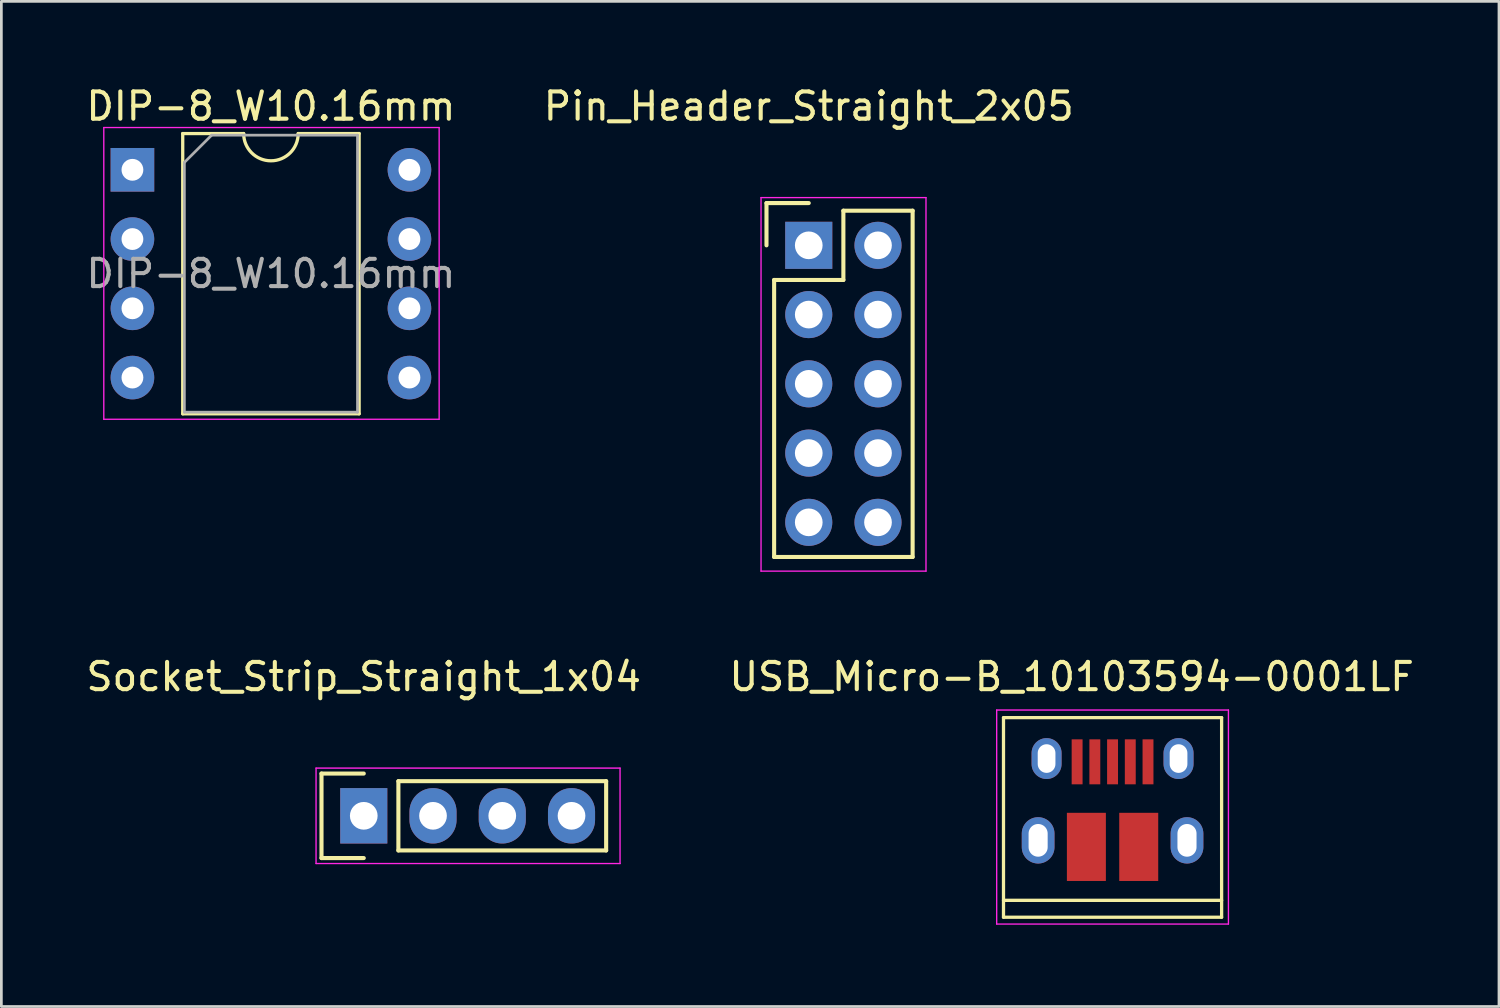
<source format=kicad_pcb>
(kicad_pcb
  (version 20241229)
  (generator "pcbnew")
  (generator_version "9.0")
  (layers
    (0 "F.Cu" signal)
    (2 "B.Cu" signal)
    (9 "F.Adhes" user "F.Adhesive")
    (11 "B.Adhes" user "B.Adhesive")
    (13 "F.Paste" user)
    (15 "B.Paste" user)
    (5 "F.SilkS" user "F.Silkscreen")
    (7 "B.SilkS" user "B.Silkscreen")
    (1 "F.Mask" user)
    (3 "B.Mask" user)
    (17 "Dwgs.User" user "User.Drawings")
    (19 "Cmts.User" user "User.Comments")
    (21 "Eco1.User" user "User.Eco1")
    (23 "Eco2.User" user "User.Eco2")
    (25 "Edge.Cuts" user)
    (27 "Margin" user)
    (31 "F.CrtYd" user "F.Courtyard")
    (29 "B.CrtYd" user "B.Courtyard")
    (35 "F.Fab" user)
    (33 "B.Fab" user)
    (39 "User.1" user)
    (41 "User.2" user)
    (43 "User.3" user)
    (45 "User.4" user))
  (footprint "Socket_Strip_Straight_1x04"
    (layer "F.Cu")
    (at 10.292 26.872)
    (property "Reference" "Socket_Strip_Straight_1x04" (at 0 -5.1 0) (layer "F.SilkS") (effects (font (size 1 1) (thickness 0.15))))
    (attr through_hole)
    (fp_line (start -1.55 -1.55) (end -1.55 1.55) (stroke (width 0.15) (type solid)) (layer "F.SilkS"))
    (fp_line (start -1.55 1.55) (end 0 1.55) (stroke (width 0.15) (type solid)) (layer "F.SilkS"))
    (fp_line (start 0 -1.55) (end -1.55 -1.55) (stroke (width 0.15) (type solid)) (layer "F.SilkS"))
    (fp_line (start 1.27 -1.27) (end 8.89 -1.27) (stroke (width 0.15) (type solid)) (layer "F.SilkS"))
    (fp_line (start 1.27 1.27) (end 1.27 -1.27) (stroke (width 0.15) (type solid)) (layer "F.SilkS"))
    (fp_line (start 1.27 1.27) (end 8.89 1.27) (stroke (width 0.15) (type solid)) (layer "F.SilkS"))
    (fp_line (start 8.89 -1.27) (end 8.89 1.27) (stroke (width 0.15) (type solid)) (layer "F.SilkS"))
    (fp_line (start -1.75 -1.75) (end -1.75 1.75) (stroke (width 0.05) (type solid)) (layer "F.CrtYd"))
    (fp_line (start -1.75 -1.75) (end 9.4 -1.75) (stroke (width 0.05) (type solid)) (layer "F.CrtYd"))
    (fp_line (start -1.75 1.75) (end 9.4 1.75) (stroke (width 0.05) (type solid)) (layer "F.CrtYd"))
    (fp_line (start 9.4 -1.75) (end 9.4 1.75) (stroke (width 0.05) (type solid)) (layer "F.CrtYd"))
    (pad "1" thru_hole rect (at 0 0) (size 1.727 2.032) (drill 1.016) (layers "*.Cu" "*.Mask"))
    (pad "2" thru_hole oval (at 2.54 0) (size 1.727 2.032) (drill 1.016) (layers "*.Cu" "*.Mask"))
    (pad "3" thru_hole oval (at 5.08 0) (size 1.727 2.032) (drill 1.016) (layers "*.Cu" "*.Mask"))
    (pad "4" thru_hole oval (at 7.62 0) (size 1.727 2.032) (drill 1.016) (layers "*.Cu" "*.Mask")))
  (footprint "Pin_Header_Straight_2x05"
    (layer "F.Cu")
    (at 26.613 5.948)
    (property "Reference" "Pin_Header_Straight_2x05" (at 0 -5.1 0) (layer "F.SilkS") (effects (font (size 1 1) (thickness 0.15))))
    (attr through_hole)
    (fp_line (start -1.55 -1.55) (end -1.55 0) (stroke (width 0.15) (type solid)) (layer "F.SilkS"))
    (fp_line (start -1.27 11.43) (end -1.27 1.27) (stroke (width 0.15) (type solid)) (layer "F.SilkS"))
    (fp_line (start 0 -1.55) (end -1.55 -1.55) (stroke (width 0.15) (type solid)) (layer "F.SilkS"))
    (fp_line (start 1.27 -1.27) (end 1.27 1.27) (stroke (width 0.15) (type solid)) (layer "F.SilkS"))
    (fp_line (start 1.27 1.27) (end -1.27 1.27) (stroke (width 0.15) (type solid)) (layer "F.SilkS"))
    (fp_line (start 3.81 -1.27) (end 1.27 -1.27) (stroke (width 0.15) (type solid)) (layer "F.SilkS"))
    (fp_line (start 3.81 -1.27) (end 3.81 11.43) (stroke (width 0.15) (type solid)) (layer "F.SilkS"))
    (fp_line (start 3.81 11.43) (end -1.27 11.43) (stroke (width 0.15) (type solid)) (layer "F.SilkS"))
    (fp_line (start -1.75 -1.75) (end -1.75 11.95) (stroke (width 0.05) (type solid)) (layer "F.CrtYd"))
    (fp_line (start -1.75 -1.75) (end 4.3 -1.75) (stroke (width 0.05) (type solid)) (layer "F.CrtYd"))
    (fp_line (start -1.75 11.95) (end 4.3 11.95) (stroke (width 0.05) (type solid)) (layer "F.CrtYd"))
    (fp_line (start 4.3 -1.75) (end 4.3 11.95) (stroke (width 0.05) (type solid)) (layer "F.CrtYd"))
    (pad "1" thru_hole rect (at 0 0) (size 1.727 1.727) (drill 1.016) (layers "*.Cu" "*.Mask"))
    (pad "2" thru_hole oval (at 2.54 0) (size 1.727 1.727) (drill 1.016) (layers "*.Cu" "*.Mask"))
    (pad "3" thru_hole oval (at 0 2.54) (size 1.727 1.727) (drill 1.016) (layers "*.Cu" "*.Mask"))
    (pad "4" thru_hole oval (at 2.54 2.54) (size 1.727 1.727) (drill 1.016) (layers "*.Cu" "*.Mask"))
    (pad "5" thru_hole oval (at 0 5.08) (size 1.727 1.727) (drill 1.016) (layers "*.Cu" "*.Mask"))
    (pad "6" thru_hole oval (at 2.54 5.08) (size 1.727 1.727) (drill 1.016) (layers "*.Cu" "*.Mask"))
    (pad "7" thru_hole oval (at 0 7.62) (size 1.727 1.727) (drill 1.016) (layers "*.Cu" "*.Mask"))
    (pad "8" thru_hole oval (at 2.54 7.62) (size 1.727 1.727) (drill 1.016) (layers "*.Cu" "*.Mask"))
    (pad "9" thru_hole oval (at 0 10.16) (size 1.727 1.727) (drill 1.016) (layers "*.Cu" "*.Mask"))
    (pad "10" thru_hole oval (at 2.54 10.16) (size 1.727 1.727) (drill 1.016) (layers "*.Cu" "*.Mask")))
  (footprint "DIP-8_W10.16mm"
    (layer "F.Cu")
    (at 1.807 3.178)
    (property "Reference" "DIP-8_W10.16mm" (at 5.08 -2.33 0) (layer "F.SilkS") (effects (font (size 1 1) (thickness 0.15))))
    (attr through_hole)
    (fp_line (start 1.845 -1.33) (end 1.845 8.95) (stroke (width 0.12) (type solid)) (layer "F.SilkS"))
    (fp_line (start 1.845 8.95) (end 8.315 8.95) (stroke (width 0.12) (type solid)) (layer "F.SilkS"))
    (fp_line (start 4.08 -1.33) (end 1.845 -1.33) (stroke (width 0.12) (type solid)) (layer "F.SilkS"))
    (fp_line (start 8.315 -1.33) (end 6.08 -1.33) (stroke (width 0.12) (type solid)) (layer "F.SilkS"))
    (fp_line (start 8.315 8.95) (end 8.315 -1.33) (stroke (width 0.12) (type solid)) (layer "F.SilkS"))
    (fp_arc (start 6.08 -1.33) (mid 5.08 -0.33) (end 4.08 -1.33) (stroke (width 0.12) (type solid)) (layer "F.SilkS"))
    (fp_line (start -1.05 -1.55) (end -1.05 9.15) (stroke (width 0.05) (type solid)) (layer "F.CrtYd"))
    (fp_line (start -1.05 9.15) (end 11.25 9.15) (stroke (width 0.05) (type solid)) (layer "F.CrtYd"))
    (fp_line (start 11.25 -1.55) (end -1.05 -1.55) (stroke (width 0.05) (type solid)) (layer "F.CrtYd"))
    (fp_line (start 11.25 9.15) (end 11.25 -1.55) (stroke (width 0.05) (type solid)) (layer "F.CrtYd"))
    (fp_line (start 1.905 -0.27) (end 2.905 -1.27) (stroke (width 0.1) (type solid)) (layer "F.Fab"))
    (fp_line (start 1.905 8.89) (end 1.905 -0.27) (stroke (width 0.1) (type solid)) (layer "F.Fab"))
    (fp_line (start 2.905 -1.27) (end 8.255 -1.27) (stroke (width 0.1) (type solid)) (layer "F.Fab"))
    (fp_line (start 8.255 -1.27) (end 8.255 8.89) (stroke (width 0.1) (type solid)) (layer "F.Fab"))
    (fp_line (start 8.255 8.89) (end 1.905 8.89) (stroke (width 0.1) (type solid)) (layer "F.Fab"))
    (fp_text user "${REFERENCE}" (at 5.08 3.81 0) (layer "F.Fab") (effects (font (size 1 1) (thickness 0.15))))
    (pad "1" thru_hole rect (at 0 0) (size 1.6 1.6) (drill 0.8) (layers "*.Cu" "*.Mask"))
    (pad "2" thru_hole oval (at 0 2.54) (size 1.6 1.6) (drill 0.8) (layers "*.Cu" "*.Mask"))
    (pad "3" thru_hole oval (at 0 5.08) (size 1.6 1.6) (drill 0.8) (layers "*.Cu" "*.Mask"))
    (pad "4" thru_hole oval (at 0 7.62) (size 1.6 1.6) (drill 0.8) (layers "*.Cu" "*.Mask"))
    (pad "5" thru_hole oval (at 10.16 7.62) (size 1.6 1.6) (drill 0.8) (layers "*.Cu" "*.Mask"))
    (pad "6" thru_hole oval (at 10.16 5.08) (size 1.6 1.6) (drill 0.8) (layers "*.Cu" "*.Mask"))
    (pad "7" thru_hole oval (at 10.16 2.54) (size 1.6 1.6) (drill 0.8) (layers "*.Cu" "*.Mask"))
    (pad "8" thru_hole oval (at 10.16 0) (size 1.6 1.6) (drill 0.8) (layers "*.Cu" "*.Mask")))
  (footprint "USB_Micro-B_10103594-0001LF"
    (layer "F.Cu")
    (at 37.756 26.392)
    (property "Reference" "USB_Micro-B_10103594-0001LF" (at -1.5 -4.62 0) (layer "F.SilkS") (effects (font (size 1 1) (thickness 0.15))))
    (attr smd)
    (fp_line (start -4 -3.12) (end 4 -3.12) (stroke (width 0.12) (type solid)) (layer "F.SilkS"))
    (fp_line (start -4 4.2) (end -4 -3.12) (stroke (width 0.12) (type solid)) (layer "F.SilkS"))
    (fp_line (start -4 4.2) (end 4 4.2) (stroke (width 0.12) (type solid)) (layer "F.SilkS"))
    (fp_line (start 4 -3.12) (end 4 4.2) (stroke (width 0.12) (type solid)) (layer "F.SilkS"))
    (fp_line (start 4 3.58) (end -4 3.58) (stroke (width 0.12) (type solid)) (layer "F.SilkS"))
    (fp_line (start -4.25 -3.4) (end 4.25 -3.4) (stroke (width 0.05) (type solid)) (layer "F.CrtYd"))
    (fp_line (start -4.25 4.45) (end -4.25 -3.4) (stroke (width 0.05) (type solid)) (layer "F.CrtYd"))
    (fp_line (start 4.25 -3.4) (end 4.25 4.45) (stroke (width 0.05) (type solid)) (layer "F.CrtYd"))
    (fp_line (start 4.25 4.45) (end -4.25 4.45) (stroke (width 0.05) (type solid)) (layer "F.CrtYd"))
    (pad "1" smd rect (at -1.3 -1.5 90) (size 1.65 0.4) (layers "F.Cu" "F.Mask" "F.Paste"))
    (pad "2" smd rect (at -0.65 -1.5 90) (size 1.65 0.4) (layers "F.Cu" "F.Mask" "F.Paste"))
    (pad "3" smd rect (at 0 -1.5 90) (size 1.65 0.4) (layers "F.Cu" "F.Mask" "F.Paste"))
    (pad "4" smd rect (at 0.65 -1.5 90) (size 1.65 0.4) (layers "F.Cu" "F.Mask" "F.Paste"))
    (pad "5" smd rect (at 1.3 -1.5 90) (size 1.65 0.4) (layers "F.Cu" "F.Mask" "F.Paste"))
    (pad "6" thru_hole oval (at -2.73 1.38 90) (size 1.7 1.2) (drill oval 1.2 0.7) (layers "*.Cu" "*.Mask"))
    (pad "6" thru_hole oval (at -2.42 -1.62 90) (size 1.5 1.1) (drill oval 1.05 0.65) (layers "*.Cu" "*.Mask"))
    (pad "6" smd rect (at -0.96 1.62 90) (size 2.5 1.43) (layers "F.Cu" "F.Mask" "F.Paste"))
    (pad "6" smd rect (at 0.96 1.62 90) (size 2.5 1.43) (layers "F.Cu" "F.Mask" "F.Paste"))
    (pad "6" thru_hole oval (at 2.42 -1.62 90) (size 1.5 1.1) (drill oval 1.05 0.65) (layers "*.Cu" "*.Mask"))
    (pad "6" thru_hole oval (at 2.73 1.38 90) (size 1.7 1.2) (drill oval 1.2 0.7) (layers "*.Cu" "*.Mask")))
  (gr_rect
    (start -3 -3)
    (end 51.929 33.867)
    (stroke (width 0.1) (type default))
    (fill no)
    (layer "Edge.Cuts")))
</source>
